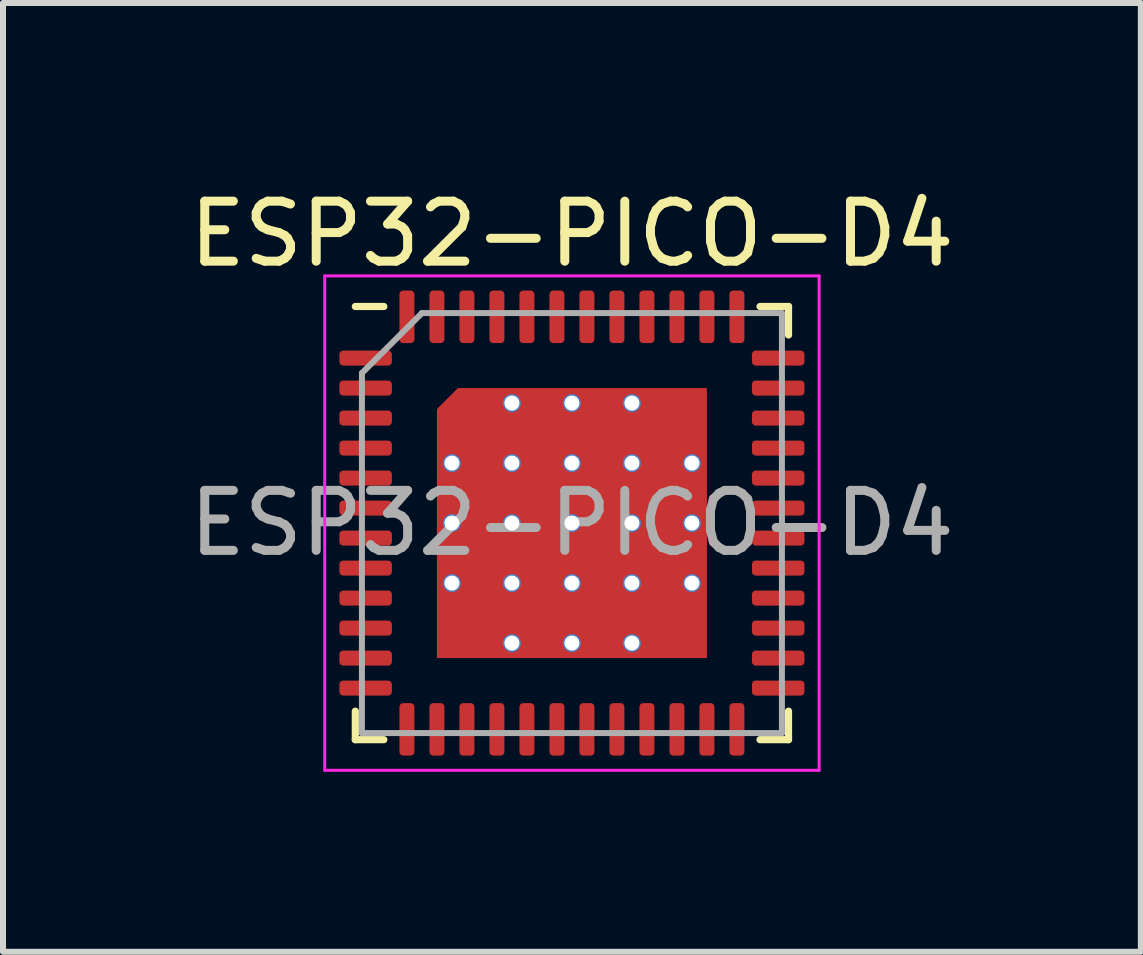
<source format=kicad_pcb>
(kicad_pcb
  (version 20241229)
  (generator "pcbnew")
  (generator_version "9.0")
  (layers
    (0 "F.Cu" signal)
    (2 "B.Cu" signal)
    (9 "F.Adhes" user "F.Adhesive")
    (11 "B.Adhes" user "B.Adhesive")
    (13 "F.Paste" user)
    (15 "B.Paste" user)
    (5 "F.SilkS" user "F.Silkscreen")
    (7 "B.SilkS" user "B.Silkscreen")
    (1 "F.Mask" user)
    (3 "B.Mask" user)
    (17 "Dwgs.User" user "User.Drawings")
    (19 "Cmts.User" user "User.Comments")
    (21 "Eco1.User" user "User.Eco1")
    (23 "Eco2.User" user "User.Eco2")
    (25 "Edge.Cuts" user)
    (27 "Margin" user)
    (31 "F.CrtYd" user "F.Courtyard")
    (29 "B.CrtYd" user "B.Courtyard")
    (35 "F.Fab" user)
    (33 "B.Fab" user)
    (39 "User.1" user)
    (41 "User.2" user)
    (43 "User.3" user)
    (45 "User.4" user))
  (footprint "ESP32-PICO-D4"
    (layer "F.Cu")
    (at 6.482 5.668)
    (property "Reference" "ESP32-PICO-D4" (at 0 -4.82 0) (layer "F.SilkS") (effects (font (size 1 1) (thickness 0.15))))
    (attr smd)
    (fp_line (start -3.61 3.61) (end -3.61 3.135) (stroke (width 0.12) (type solid)) (layer "F.SilkS"))
    (fp_line (start -3.135 -3.61) (end -3.61 -3.61) (stroke (width 0.12) (type solid)) (layer "F.SilkS"))
    (fp_line (start -3.135 3.61) (end -3.61 3.61) (stroke (width 0.12) (type solid)) (layer "F.SilkS"))
    (fp_line (start 3.135 -3.61) (end 3.61 -3.61) (stroke (width 0.12) (type solid)) (layer "F.SilkS"))
    (fp_line (start 3.135 3.61) (end 3.61 3.61) (stroke (width 0.12) (type solid)) (layer "F.SilkS"))
    (fp_line (start 3.61 -3.61) (end 3.61 -3.135) (stroke (width 0.12) (type solid)) (layer "F.SilkS"))
    (fp_line (start 3.61 3.61) (end 3.61 3.135) (stroke (width 0.12) (type solid)) (layer "F.SilkS"))
    (fp_line (start -4.12 -4.12) (end -4.12 4.12) (stroke (width 0.05) (type solid)) (layer "F.CrtYd"))
    (fp_line (start -4.12 4.12) (end 4.12 4.12) (stroke (width 0.05) (type solid)) (layer "F.CrtYd"))
    (fp_line (start 4.12 -4.12) (end -4.12 -4.12) (stroke (width 0.05) (type solid)) (layer "F.CrtYd"))
    (fp_line (start 4.12 4.12) (end 4.12 -4.12) (stroke (width 0.05) (type solid)) (layer "F.CrtYd"))
    (fp_line (start -3.5 -2.5) (end -2.5 -3.5) (stroke (width 0.1) (type solid)) (layer "F.Fab"))
    (fp_line (start -3.5 3.5) (end -3.5 -2.5) (stroke (width 0.1) (type solid)) (layer "F.Fab"))
    (fp_line (start -2.5 -3.5) (end 3.5 -3.5) (stroke (width 0.1) (type solid)) (layer "F.Fab"))
    (fp_line (start 3.5 -3.5) (end 3.5 3.5) (stroke (width 0.1) (type solid)) (layer "F.Fab"))
    (fp_line (start 3.5 3.5) (end -3.5 3.5) (stroke (width 0.1) (type solid)) (layer "F.Fab"))
    (fp_text user "${REFERENCE}" (at 0 0 0) (layer "F.Fab") (effects (font (size 1 1) (thickness 0.15))))
    (pad "" smd roundrect (at -1.5 -1.5) (size 0.75 0.75) (layers "F.Paste") (roundrect_rratio 0.221))
    (pad "" smd roundrect (at -1.5 -0.5) (size 0.75 0.75) (layers "F.Paste") (roundrect_rratio 0.221))
    (pad "" smd roundrect (at -1.5 0.5) (size 0.75 0.75) (layers "F.Paste") (roundrect_rratio 0.221))
    (pad "" smd roundrect (at -1.5 1.5) (size 0.75 0.75) (layers "F.Paste") (roundrect_rratio 0.221))
    (pad "" smd roundrect (at -0.5 -1.5) (size 0.75 0.75) (layers "F.Paste") (roundrect_rratio 0.221))
    (pad "" smd roundrect (at -0.5 -0.5) (size 0.75 0.75) (layers "F.Paste") (roundrect_rratio 0.221))
    (pad "" smd roundrect (at -0.5 0.5) (size 0.75 0.75) (layers "F.Paste") (roundrect_rratio 0.221))
    (pad "" smd roundrect (at -0.5 1.5) (size 0.75 0.75) (layers "F.Paste") (roundrect_rratio 0.221))
    (pad "" smd roundrect (at 0.5 -1.5) (size 0.75 0.75) (layers "F.Paste") (roundrect_rratio 0.221))
    (pad "" smd roundrect (at 0.5 -0.5) (size 0.75 0.75) (layers "F.Paste") (roundrect_rratio 0.221))
    (pad "" smd roundrect (at 0.5 0.5) (size 0.75 0.75) (layers "F.Paste") (roundrect_rratio 0.221))
    (pad "" smd roundrect (at 0.5 1.5) (size 0.75 0.75) (layers "F.Paste") (roundrect_rratio 0.221))
    (pad "" smd roundrect (at 1.5 -1.5) (size 0.75 0.75) (layers "F.Paste") (roundrect_rratio 0.221))
    (pad "" smd roundrect (at 1.5 -0.5) (size 0.75 0.75) (layers "F.Paste") (roundrect_rratio 0.221))
    (pad "" smd roundrect (at 1.5 0.5) (size 0.75 0.75) (layers "F.Paste") (roundrect_rratio 0.221))
    (pad "" smd roundrect (at 1.5 1.5) (size 0.75 0.75) (layers "F.Paste") (roundrect_rratio 0.221))
    (pad "1" smd roundrect (at -3.438 -2.75) (size 0.875 0.25) (layers "F.Cu" "F.Mask" "F.Paste") (roundrect_rratio 0.25))
    (pad "2" smd roundrect (at -3.438 -2.25) (size 0.875 0.25) (layers "F.Cu" "F.Mask" "F.Paste") (roundrect_rratio 0.25))
    (pad "3" smd roundrect (at -3.438 -1.75) (size 0.875 0.25) (layers "F.Cu" "F.Mask" "F.Paste") (roundrect_rratio 0.25))
    (pad "4" smd roundrect (at -3.438 -1.25) (size 0.875 0.25) (layers "F.Cu" "F.Mask" "F.Paste") (roundrect_rratio 0.25))
    (pad "5" smd roundrect (at -3.438 -0.75) (size 0.875 0.25) (layers "F.Cu" "F.Mask" "F.Paste") (roundrect_rratio 0.25))
    (pad "6" smd roundrect (at -3.438 -0.25) (size 0.875 0.25) (layers "F.Cu" "F.Mask" "F.Paste") (roundrect_rratio 0.25))
    (pad "7" smd roundrect (at -3.438 0.25) (size 0.875 0.25) (layers "F.Cu" "F.Mask" "F.Paste") (roundrect_rratio 0.25))
    (pad "8" smd roundrect (at -3.438 0.75) (size 0.875 0.25) (layers "F.Cu" "F.Mask" "F.Paste") (roundrect_rratio 0.25))
    (pad "9" smd roundrect (at -3.438 1.25) (size 0.875 0.25) (layers "F.Cu" "F.Mask" "F.Paste") (roundrect_rratio 0.25))
    (pad "10" smd roundrect (at -3.438 1.75) (size 0.875 0.25) (layers "F.Cu" "F.Mask" "F.Paste") (roundrect_rratio 0.25))
    (pad "11" smd roundrect (at -3.438 2.25) (size 0.875 0.25) (layers "F.Cu" "F.Mask" "F.Paste") (roundrect_rratio 0.25))
    (pad "12" smd roundrect (at -3.438 2.75) (size 0.875 0.25) (layers "F.Cu" "F.Mask" "F.Paste") (roundrect_rratio 0.25))
    (pad "13" smd roundrect (at -2.75 3.438) (size 0.25 0.875) (layers "F.Cu" "F.Mask" "F.Paste") (roundrect_rratio 0.25))
    (pad "14" smd roundrect (at -2.25 3.438) (size 0.25 0.875) (layers "F.Cu" "F.Mask" "F.Paste") (roundrect_rratio 0.25))
    (pad "15" smd roundrect (at -1.75 3.438) (size 0.25 0.875) (layers "F.Cu" "F.Mask" "F.Paste") (roundrect_rratio 0.25))
    (pad "16" smd roundrect (at -1.25 3.438) (size 0.25 0.875) (layers "F.Cu" "F.Mask" "F.Paste") (roundrect_rratio 0.25))
    (pad "17" smd roundrect (at -0.75 3.438) (size 0.25 0.875) (layers "F.Cu" "F.Mask" "F.Paste") (roundrect_rratio 0.25))
    (pad "18" smd roundrect (at -0.25 3.438) (size 0.25 0.875) (layers "F.Cu" "F.Mask" "F.Paste") (roundrect_rratio 0.25))
    (pad "19" smd roundrect (at 0.25 3.438) (size 0.25 0.875) (layers "F.Cu" "F.Mask" "F.Paste") (roundrect_rratio 0.25))
    (pad "20" smd roundrect (at 0.75 3.438) (size 0.25 0.875) (layers "F.Cu" "F.Mask" "F.Paste") (roundrect_rratio 0.25))
    (pad "21" smd roundrect (at 1.25 3.438) (size 0.25 0.875) (layers "F.Cu" "F.Mask" "F.Paste") (roundrect_rratio 0.25))
    (pad "22" smd roundrect (at 1.75 3.438) (size 0.25 0.875) (layers "F.Cu" "F.Mask" "F.Paste") (roundrect_rratio 0.25))
    (pad "23" smd roundrect (at 2.25 3.438) (size 0.25 0.875) (layers "F.Cu" "F.Mask" "F.Paste") (roundrect_rratio 0.25))
    (pad "24" smd roundrect (at 2.75 3.438) (size 0.25 0.875) (layers "F.Cu" "F.Mask" "F.Paste") (roundrect_rratio 0.25))
    (pad "25" smd roundrect (at 3.438 2.75) (size 0.875 0.25) (layers "F.Cu" "F.Mask" "F.Paste") (roundrect_rratio 0.25))
    (pad "26" smd roundrect (at 3.438 2.25) (size 0.875 0.25) (layers "F.Cu" "F.Mask" "F.Paste") (roundrect_rratio 0.25))
    (pad "27" smd roundrect (at 3.438 1.75) (size 0.875 0.25) (layers "F.Cu" "F.Mask" "F.Paste") (roundrect_rratio 0.25))
    (pad "28" smd roundrect (at 3.438 1.25) (size 0.875 0.25) (layers "F.Cu" "F.Mask" "F.Paste") (roundrect_rratio 0.25))
    (pad "29" smd roundrect (at 3.438 0.75) (size 0.875 0.25) (layers "F.Cu" "F.Mask" "F.Paste") (roundrect_rratio 0.25))
    (pad "30" smd roundrect (at 3.438 0.25) (size 0.875 0.25) (layers "F.Cu" "F.Mask" "F.Paste") (roundrect_rratio 0.25))
    (pad "31" smd roundrect (at 3.438 -0.25) (size 0.875 0.25) (layers "F.Cu" "F.Mask" "F.Paste") (roundrect_rratio 0.25))
    (pad "32" smd roundrect (at 3.438 -0.75) (size 0.875 0.25) (layers "F.Cu" "F.Mask" "F.Paste") (roundrect_rratio 0.25))
    (pad "33" smd roundrect (at 3.438 -1.25) (size 0.875 0.25) (layers "F.Cu" "F.Mask" "F.Paste") (roundrect_rratio 0.25))
    (pad "34" smd roundrect (at 3.438 -1.75) (size 0.875 0.25) (layers "F.Cu" "F.Mask" "F.Paste") (roundrect_rratio 0.25))
    (pad "35" smd roundrect (at 3.438 -2.25) (size 0.875 0.25) (layers "F.Cu" "F.Mask" "F.Paste") (roundrect_rratio 0.25))
    (pad "36" smd roundrect (at 3.438 -2.75) (size 0.875 0.25) (layers "F.Cu" "F.Mask" "F.Paste") (roundrect_rratio 0.25))
    (pad "37" smd roundrect (at 2.75 -3.438) (size 0.25 0.875) (layers "F.Cu" "F.Mask" "F.Paste") (roundrect_rratio 0.25))
    (pad "38" smd roundrect (at 2.25 -3.438) (size 0.25 0.875) (layers "F.Cu" "F.Mask" "F.Paste") (roundrect_rratio 0.25))
    (pad "39" smd roundrect (at 1.75 -3.438) (size 0.25 0.875) (layers "F.Cu" "F.Mask" "F.Paste") (roundrect_rratio 0.25))
    (pad "40" smd roundrect (at 1.25 -3.438) (size 0.25 0.875) (layers "F.Cu" "F.Mask" "F.Paste") (roundrect_rratio 0.25))
    (pad "41" smd roundrect (at 0.75 -3.438) (size 0.25 0.875) (layers "F.Cu" "F.Mask" "F.Paste") (roundrect_rratio 0.25))
    (pad "42" smd roundrect (at 0.25 -3.438) (size 0.25 0.875) (layers "F.Cu" "F.Mask" "F.Paste") (roundrect_rratio 0.25))
    (pad "43" smd roundrect (at -0.25 -3.438) (size 0.25 0.875) (layers "F.Cu" "F.Mask" "F.Paste") (roundrect_rratio 0.25))
    (pad "44" smd roundrect (at -0.75 -3.438) (size 0.25 0.875) (layers "F.Cu" "F.Mask" "F.Paste") (roundrect_rratio 0.25))
    (pad "45" smd roundrect (at -1.25 -3.438) (size 0.25 0.875) (layers "F.Cu" "F.Mask" "F.Paste") (roundrect_rratio 0.25))
    (pad "46" smd roundrect (at -1.75 -3.438) (size 0.25 0.875) (layers "F.Cu" "F.Mask" "F.Paste") (roundrect_rratio 0.25))
    (pad "47" smd roundrect (at -2.25 -3.438) (size 0.25 0.875) (layers "F.Cu" "F.Mask" "F.Paste") (roundrect_rratio 0.25))
    (pad "48" smd roundrect (at -2.75 -3.438) (size 0.25 0.875) (layers "F.Cu" "F.Mask" "F.Paste") (roundrect_rratio 0.25))
    (pad "49" thru_hole circle (at -2 -1) (size 0.3 0.3) (drill 0.25) (layers "*.Cu" "*.Mask"))
    (pad "49" thru_hole circle (at -2 0) (size 0.3 0.3) (drill 0.25) (layers "*.Cu" "*.Mask"))
    (pad "49" thru_hole circle (at -2 1) (size 0.3 0.3) (drill 0.25) (layers "*.Cu" "*.Mask"))
    (pad "49" thru_hole circle (at -1 -2) (size 0.3 0.3) (drill 0.25) (layers "*.Cu" "*.Mask"))
    (pad "49" thru_hole circle (at -1 -1) (size 0.3 0.3) (drill 0.25) (layers "*.Cu" "*.Mask"))
    (pad "49" thru_hole circle (at -1 0) (size 0.3 0.3) (drill 0.25) (layers "*.Cu" "*.Mask"))
    (pad "49" thru_hole circle (at -1 1) (size 0.3 0.3) (drill 0.25) (layers "*.Cu" "*.Mask"))
    (pad "49" thru_hole circle (at -1 2) (size 0.3 0.3) (drill 0.25) (layers "*.Cu" "*.Mask"))
    (pad "49" thru_hole circle (at 0 -2) (size 0.3 0.3) (drill 0.25) (layers "*.Cu" "*.Mask"))
    (pad "49" thru_hole circle (at 0 -1) (size 0.3 0.3) (drill 0.25) (layers "*.Cu" "*.Mask"))
    (pad "49" thru_hole circle (at 0 0) (size 0.3 0.3) (drill 0.25) (layers "*.Cu" "*.Mask"))
    (pad "49" smd custom (at 0 0) (size 2 2) (layers "F.Cu" "F.Mask") (options (anchor rect)) (primitives (gr_poly (pts (xy 2.25 2.25) (xy -2.25 2.25) (xy -2.25 -1.9) (xy -1.9 -2.25) (xy 2.25 -2.25)) (width 0) (fill yes))))
    (pad "49" thru_hole circle (at 0 1) (size 0.3 0.3) (drill 0.25) (layers "*.Cu" "*.Mask"))
    (pad "49" thru_hole circle (at 0 2) (size 0.3 0.3) (drill 0.25) (layers "*.Cu" "*.Mask"))
    (pad "49" thru_hole circle (at 1 -2) (size 0.3 0.3) (drill 0.25) (layers "*.Cu" "*.Mask"))
    (pad "49" thru_hole circle (at 1 -1) (size 0.3 0.3) (drill 0.25) (layers "*.Cu" "*.Mask"))
    (pad "49" thru_hole circle (at 1 0) (size 0.3 0.3) (drill 0.25) (layers "*.Cu" "*.Mask"))
    (pad "49" thru_hole circle (at 1 1) (size 0.3 0.3) (drill 0.25) (layers "*.Cu" "*.Mask"))
    (pad "49" thru_hole circle (at 1 2) (size 0.3 0.3) (drill 0.25) (layers "*.Cu" "*.Mask"))
    (pad "49" thru_hole circle (at 2 -1) (size 0.3 0.3) (drill 0.25) (layers "*.Cu" "*.Mask"))
    (pad "49" thru_hole circle (at 2 0) (size 0.3 0.3) (drill 0.25) (layers "*.Cu" "*.Mask"))
    (pad "49" thru_hole circle (at 2 1) (size 0.3 0.3) (drill 0.25) (layers "*.Cu" "*.Mask")))
  (gr_rect
    (start -3 -3)
    (end 15.964 12.813)
    (stroke (width 0.1) (type default))
    (fill no)
    (layer "Edge.Cuts")))
</source>
